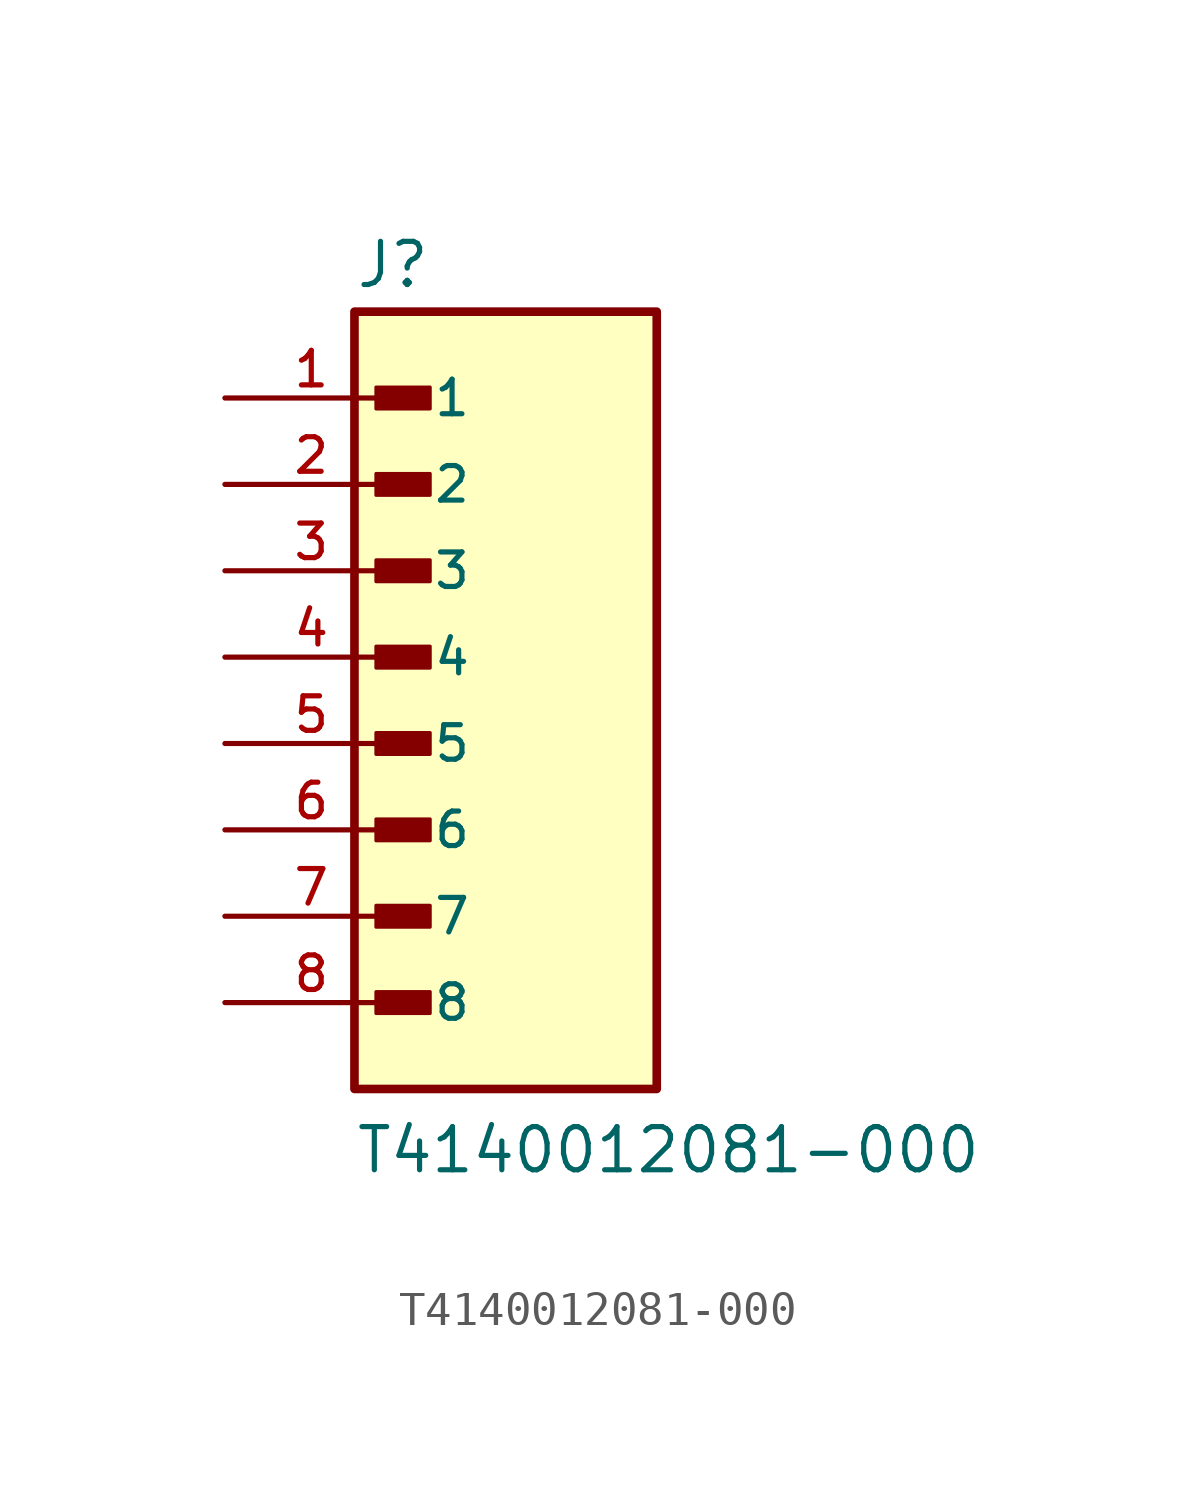
<source format=kicad_sym>
(kicad_symbol_lib
  (version 20211014)
  (generator kicad_symbol_editor)
  (symbol "T4140012081-000"
    (pin_names
      (offset 1.016))
    (property "Reference" "J"
      (at -3.81 10.795 0)
      (effects (font (size 1.27 1.27)) (justify bottom left)))
    (property "Value" "T4140012081-000"
      (at -3.81 -15.24 0)
      (effects (font (size 1.27 1.27)) (justify bottom left)))
    (symbol "T4140012081-000_0_0"
      (rectangle (start -3.175 7.303) (end -1.587 7.938) (stroke (width 0.1)) (fill (type outline)))
      (rectangle (start -3.175 4.763) (end -1.587 5.397) (stroke (width 0.1)) (fill (type outline)))
      (rectangle (start -3.175 2.223) (end -1.587 2.857) (stroke (width 0.1)) (fill (type outline)))
      (rectangle (start -3.175 -0.318) (end -1.587 0.318) (stroke (width 0.1)) (fill (type outline)))
      (rectangle (start -3.175 -2.857) (end -1.587 -2.223) (stroke (width 0.1)) (fill (type outline)))
      (rectangle (start -3.175 -5.397) (end -1.587 -4.763) (stroke (width 0.1)) (fill (type outline)))
      (rectangle (start -3.175 -7.938) (end -1.587 -7.303) (stroke (width 0.1)) (fill (type outline)))
      (rectangle (start -3.175 -10.477) (end -1.587 -9.842) (stroke (width 0.1)) (fill (type outline)))
      (rectangle (start -3.81 -12.7) (end 5.08 10.16) (stroke (width 0.254)) (fill (type background)))
      (pin passive line (at -7.62 7.62 0) (length 5.08) (name "1" (effects (font (size 1.016 1.016)))) (number "1" (effects (font (size 1.016 1.016)))))
      (pin passive line (at -7.62 5.08 0) (length 5.08) (name "2" (effects (font (size 1.016 1.016)))) (number "2" (effects (font (size 1.016 1.016)))))
      (pin passive line (at -7.62 2.54 0) (length 5.08) (name "3" (effects (font (size 1.016 1.016)))) (number "3" (effects (font (size 1.016 1.016)))))
      (pin passive line (at -7.62 0.0 0) (length 5.08) (name "4" (effects (font (size 1.016 1.016)))) (number "4" (effects (font (size 1.016 1.016)))))
      (pin passive line (at -7.62 -2.54 0) (length 5.08) (name "5" (effects (font (size 1.016 1.016)))) (number "5" (effects (font (size 1.016 1.016)))))
      (pin passive line (at -7.62 -5.08 0) (length 5.08) (name "6" (effects (font (size 1.016 1.016)))) (number "6" (effects (font (size 1.016 1.016)))))
      (pin passive line (at -7.62 -7.62 0) (length 5.08) (name "7" (effects (font (size 1.016 1.016)))) (number "7" (effects (font (size 1.016 1.016)))))
      (pin passive line (at -7.62 -10.16 0) (length 5.08) (name "8" (effects (font (size 1.016 1.016)))) (number "8" (effects (font (size 1.016 1.016))))))))
</source>
